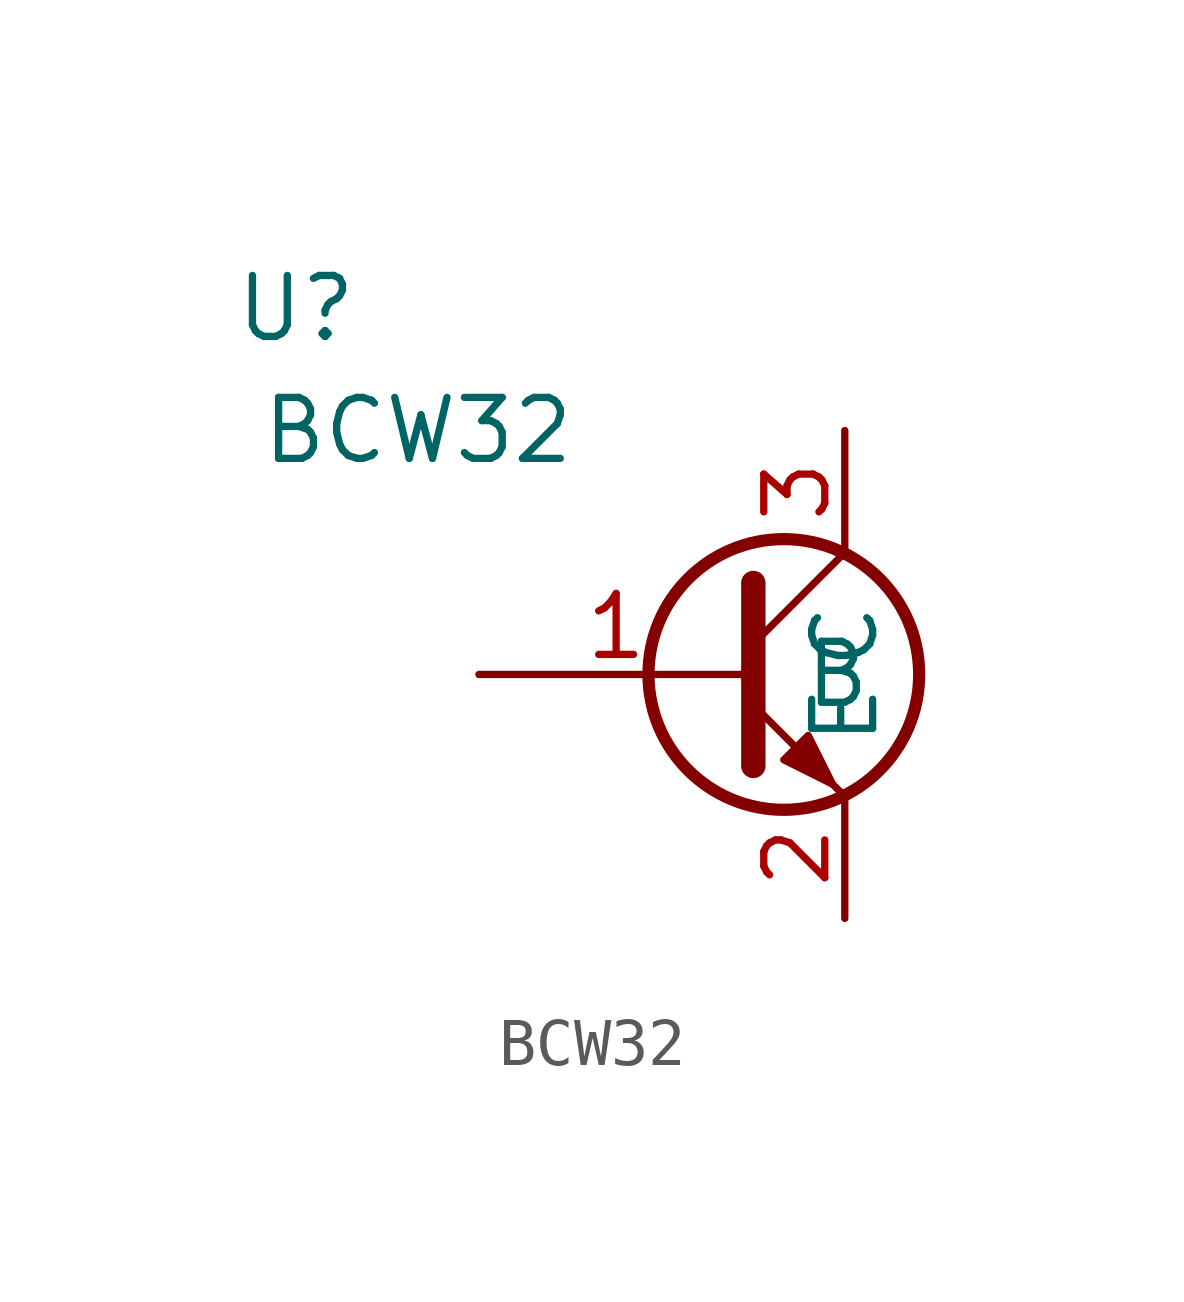
<source format=kicad_sym>
(kicad_symbol_lib
  (version 20211014)
  (generator kicad_symbol_editor)
  (symbol "BCW32"
    (pin_names
      (offset 1.016))
    (property "Reference" "U"
      (at -10.16 7.62 0)
      (effects (font (size 1.27 1.27))))
    (property "Value" "BCW32"
      (at -7.62 5.08 0)
      (effects (font (size 1.27 1.27))))
    (symbol "BCW32_1_1"
      (polyline (pts (xy -0.635 0.635) (xy 1.27 2.54)) (stroke (width 0) (type default) (color 0 0 0 0)) (fill (type none)))
      (polyline (pts (xy -0.635 -0.635) (xy 1.27 -2.54) (xy 1.27 -2.54)) (stroke (width 0) (type default) (color 0 0 0 0)) (fill (type none)))
      (polyline (pts (xy -0.635 1.905) (xy -0.635 -1.905) (xy -0.635 -1.905)) (stroke (width 0.508) (type default) (color 0 0 0 0)) (fill (type none)))
      (polyline (pts (xy 0 -1.778) (xy 0.508 -1.27) (xy 1.016 -2.286) (xy 0 -1.778) (xy 0 -1.778)) (stroke (width 0) (type default) (color 0 0 0 0)) (fill (type outline)))
      (circle (center 0 0) (radius 2.819) (stroke (width 0.254) (type default) (color 0 0 0 0)) (fill (type none)))
      (pin passive line (at -6.35 0 0) (length 5.715) (name "B" (effects (font (size 1.27 1.27)))) (number "1" (effects (font (size 1.27 1.27)))))
      (pin passive line (at 1.27 -5.08 90) (length 2.54) (name "E" (effects (font (size 1.27 1.27)))) (number "2" (effects (font (size 1.27 1.27)))))
      (pin passive line (at 1.27 5.08 270) (length 2.54) (name "C" (effects (font (size 1.27 1.27)))) (number "3" (effects (font (size 1.27 1.27))))))))
</source>
